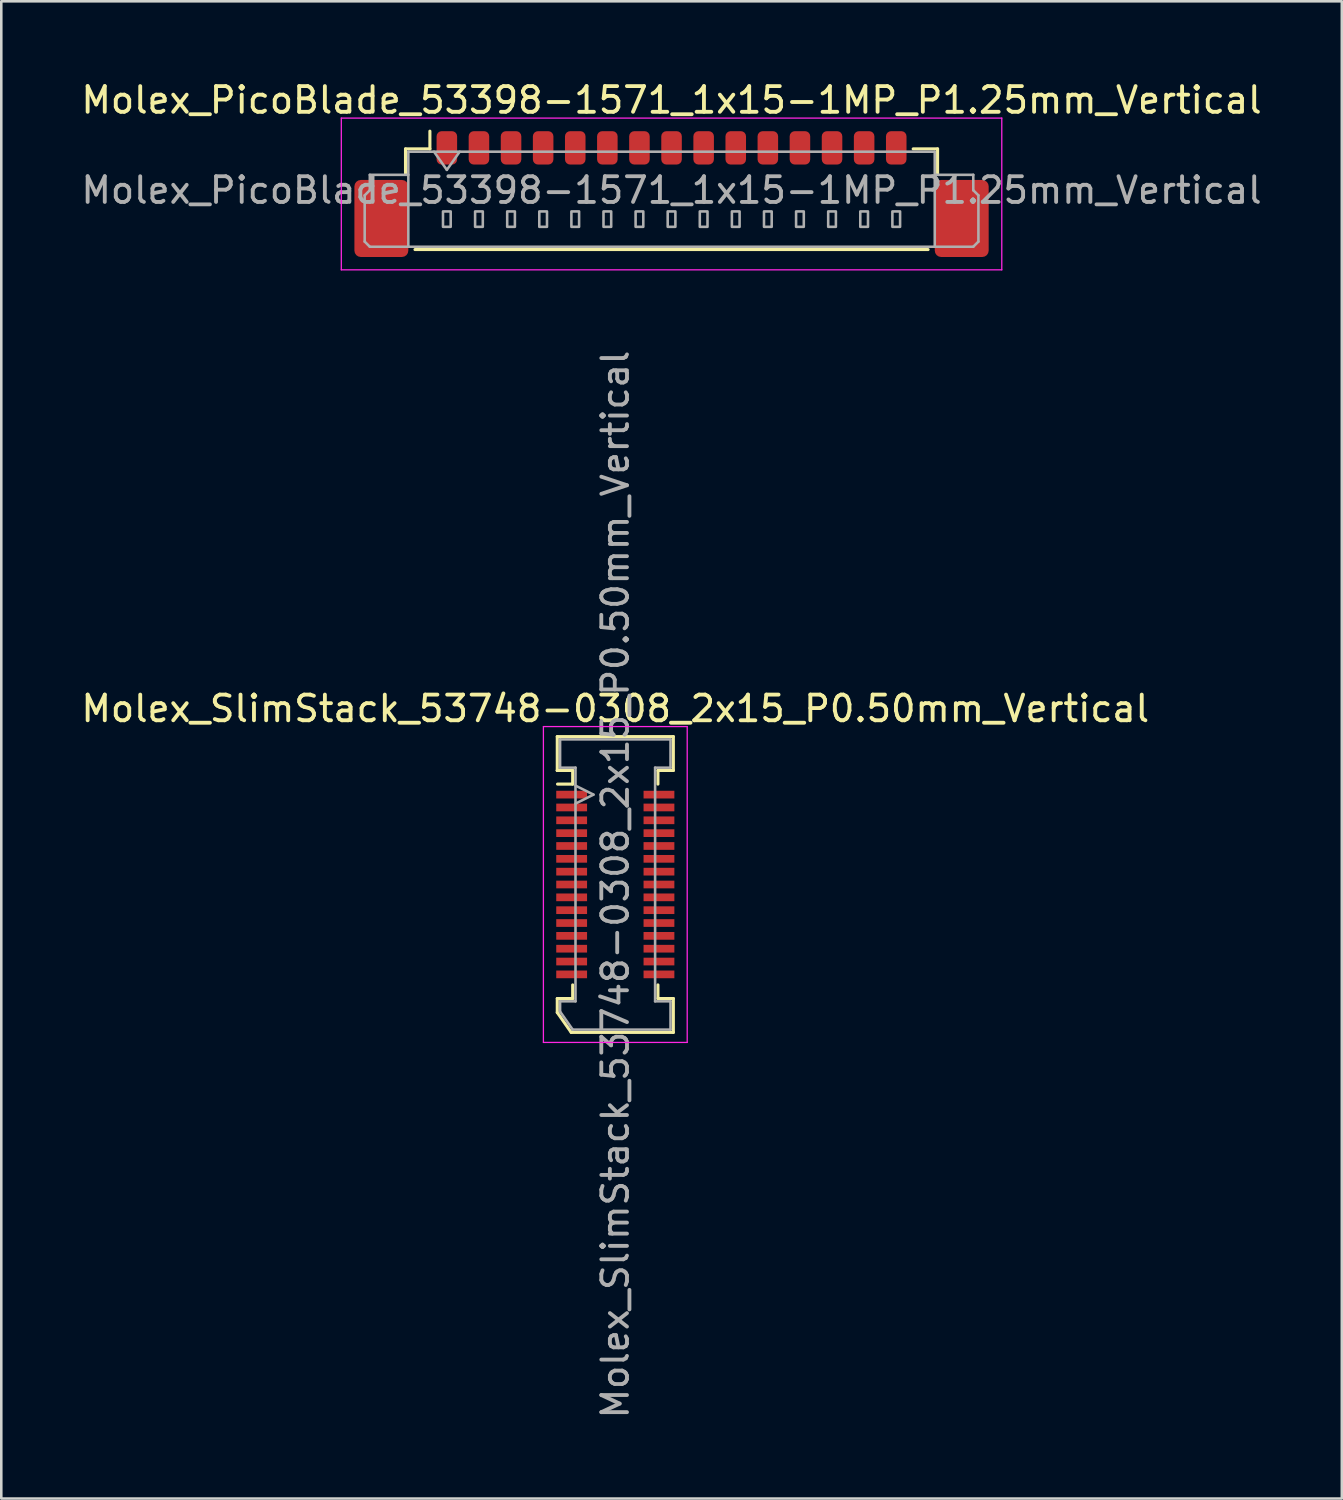
<source format=kicad_pcb>
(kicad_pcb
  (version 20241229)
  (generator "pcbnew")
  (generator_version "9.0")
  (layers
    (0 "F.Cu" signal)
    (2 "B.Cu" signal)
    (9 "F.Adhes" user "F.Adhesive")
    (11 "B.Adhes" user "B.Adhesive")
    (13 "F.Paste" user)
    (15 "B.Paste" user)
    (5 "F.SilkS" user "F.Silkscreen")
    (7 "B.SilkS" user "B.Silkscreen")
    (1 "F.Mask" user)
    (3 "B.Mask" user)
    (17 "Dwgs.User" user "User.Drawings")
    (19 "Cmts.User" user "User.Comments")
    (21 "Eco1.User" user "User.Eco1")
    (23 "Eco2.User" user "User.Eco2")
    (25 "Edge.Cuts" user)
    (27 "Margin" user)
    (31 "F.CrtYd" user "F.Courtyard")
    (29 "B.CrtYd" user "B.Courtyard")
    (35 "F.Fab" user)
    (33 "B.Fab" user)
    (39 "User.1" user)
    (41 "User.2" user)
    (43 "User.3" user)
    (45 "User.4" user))
  (footprint "Molex_PicoBlade_53398-1571_1x15-1MP_P1.25mm_Vertical"
    (layer "F.Cu")
    (at 23.101 3.958)
    (property "Reference" "Molex_PicoBlade_53398-1571_1x15-1MP_P1.25mm_Vertical" (at 0 -3.11 0) (layer "F.SilkS") (effects (font (size 1 1) (thickness 0.15))))
    (attr smd)
    (fp_line (start -10.36 -1.21) (end -9.41 -1.21) (stroke (width 0.12) (type solid)) (layer "F.SilkS"))
    (fp_line (start -10.36 -0.26) (end -10.36 -1.21) (stroke (width 0.12) (type solid)) (layer "F.SilkS"))
    (fp_line (start -9.99 2.71) (end 9.99 2.71) (stroke (width 0.12) (type solid)) (layer "F.SilkS"))
    (fp_line (start -9.41 -1.21) (end -9.41 -1.9) (stroke (width 0.12) (type solid)) (layer "F.SilkS"))
    (fp_line (start 10.36 -1.21) (end 9.41 -1.21) (stroke (width 0.12) (type solid)) (layer "F.SilkS"))
    (fp_line (start 10.36 -0.26) (end 10.36 -1.21) (stroke (width 0.12) (type solid)) (layer "F.SilkS"))
    (fp_line (start -12.86 -2.41) (end -12.86 3.5) (stroke (width 0.05) (type solid)) (layer "F.CrtYd"))
    (fp_line (start -12.86 3.5) (end 12.86 3.5) (stroke (width 0.05) (type solid)) (layer "F.CrtYd"))
    (fp_line (start 12.86 -2.41) (end -12.86 -2.41) (stroke (width 0.05) (type solid)) (layer "F.CrtYd"))
    (fp_line (start 12.86 3.5) (end 12.86 -2.41) (stroke (width 0.05) (type solid)) (layer "F.CrtYd"))
    (fp_line (start -11.95 0.6) (end -11.75 0.4) (stroke (width 0.1) (type solid)) (layer "F.Fab"))
    (fp_line (start -11.95 2.4) (end -11.95 0.6) (stroke (width 0.1) (type solid)) (layer "F.Fab"))
    (fp_line (start -11.75 -0.2) (end -10.25 -0.2) (stroke (width 0.1) (type solid)) (layer "F.Fab"))
    (fp_line (start -11.75 0.4) (end -11.75 -0.2) (stroke (width 0.1) (type solid)) (layer "F.Fab"))
    (fp_line (start -11.75 2.6) (end -11.95 2.4) (stroke (width 0.1) (type solid)) (layer "F.Fab"))
    (fp_line (start -10.25 -1.1) (end -10.25 2.6) (stroke (width 0.1) (type solid)) (layer "F.Fab"))
    (fp_line (start -10.25 -1.1) (end 10.25 -1.1) (stroke (width 0.1) (type solid)) (layer "F.Fab"))
    (fp_line (start -10.25 2.6) (end -11.75 2.6) (stroke (width 0.1) (type solid)) (layer "F.Fab"))
    (fp_line (start -10.25 2.6) (end 10.25 2.6) (stroke (width 0.1) (type solid)) (layer "F.Fab"))
    (fp_line (start -9.25 -1.1) (end -8.75 -0.393) (stroke (width 0.1) (type solid)) (layer "F.Fab"))
    (fp_line (start -8.75 -0.393) (end -8.25 -1.1) (stroke (width 0.1) (type solid)) (layer "F.Fab"))
    (fp_line (start 10.25 -1.1) (end 10.25 2.6) (stroke (width 0.1) (type solid)) (layer "F.Fab"))
    (fp_line (start 10.25 2.6) (end 11.75 2.6) (stroke (width 0.1) (type solid)) (layer "F.Fab"))
    (fp_line (start 11.75 -0.2) (end 10.25 -0.2) (stroke (width 0.1) (type solid)) (layer "F.Fab"))
    (fp_line (start 11.75 0.4) (end 11.75 -0.2) (stroke (width 0.1) (type solid)) (layer "F.Fab"))
    (fp_line (start 11.75 2.6) (end 11.95 2.4) (stroke (width 0.1) (type solid)) (layer "F.Fab"))
    (fp_line (start 11.95 0.6) (end 11.75 0.4) (stroke (width 0.1) (type solid)) (layer "F.Fab"))
    (fp_line (start 11.95 2.4) (end 11.95 0.6) (stroke (width 0.1) (type solid)) (layer "F.Fab"))
    (fp_rect (start -8.9 1.225) (end -8.6 1.825) (stroke (width 0.1) (type solid)) (fill no) (layer "F.Fab"))
    (fp_rect (start -7.65 1.225) (end -7.35 1.825) (stroke (width 0.1) (type solid)) (fill no) (layer "F.Fab"))
    (fp_rect (start -6.4 1.225) (end -6.1 1.825) (stroke (width 0.1) (type solid)) (fill no) (layer "F.Fab"))
    (fp_rect (start -5.15 1.225) (end -4.85 1.825) (stroke (width 0.1) (type solid)) (fill no) (layer "F.Fab"))
    (fp_rect (start -3.9 1.225) (end -3.6 1.825) (stroke (width 0.1) (type solid)) (fill no) (layer "F.Fab"))
    (fp_rect (start -2.65 1.225) (end -2.35 1.825) (stroke (width 0.1) (type solid)) (fill no) (layer "F.Fab"))
    (fp_rect (start -1.4 1.225) (end -1.1 1.825) (stroke (width 0.1) (type solid)) (fill no) (layer "F.Fab"))
    (fp_rect (start -0.15 1.225) (end 0.15 1.825) (stroke (width 0.1) (type solid)) (fill no) (layer "F.Fab"))
    (fp_rect (start 1.1 1.225) (end 1.4 1.825) (stroke (width 0.1) (type solid)) (fill no) (layer "F.Fab"))
    (fp_rect (start 2.35 1.225) (end 2.65 1.825) (stroke (width 0.1) (type solid)) (fill no) (layer "F.Fab"))
    (fp_rect (start 3.6 1.225) (end 3.9 1.825) (stroke (width 0.1) (type solid)) (fill no) (layer "F.Fab"))
    (fp_rect (start 4.85 1.225) (end 5.15 1.825) (stroke (width 0.1) (type solid)) (fill no) (layer "F.Fab"))
    (fp_rect (start 6.1 1.225) (end 6.4 1.825) (stroke (width 0.1) (type solid)) (fill no) (layer "F.Fab"))
    (fp_rect (start 7.35 1.225) (end 7.65 1.825) (stroke (width 0.1) (type solid)) (fill no) (layer "F.Fab"))
    (fp_rect (start 8.6 1.225) (end 8.9 1.825) (stroke (width 0.1) (type solid)) (fill no) (layer "F.Fab"))
    (fp_text user "${REFERENCE}" (at 0 0.4 0) (layer "F.Fab") (effects (font (size 1 1) (thickness 0.15))))
    (pad "1" smd roundrect (at -8.75 -1.25) (size 0.8 1.3) (layers "F.Cu" "F.Mask" "F.Paste") (roundrect_rratio 0.25))
    (pad "2" smd roundrect (at -7.5 -1.25) (size 0.8 1.3) (layers "F.Cu" "F.Mask" "F.Paste") (roundrect_rratio 0.25))
    (pad "3" smd roundrect (at -6.25 -1.25) (size 0.8 1.3) (layers "F.Cu" "F.Mask" "F.Paste") (roundrect_rratio 0.25))
    (pad "4" smd roundrect (at -5 -1.25) (size 0.8 1.3) (layers "F.Cu" "F.Mask" "F.Paste") (roundrect_rratio 0.25))
    (pad "5" smd roundrect (at -3.75 -1.25) (size 0.8 1.3) (layers "F.Cu" "F.Mask" "F.Paste") (roundrect_rratio 0.25))
    (pad "6" smd roundrect (at -2.5 -1.25) (size 0.8 1.3) (layers "F.Cu" "F.Mask" "F.Paste") (roundrect_rratio 0.25))
    (pad "7" smd roundrect (at -1.25 -1.25) (size 0.8 1.3) (layers "F.Cu" "F.Mask" "F.Paste") (roundrect_rratio 0.25))
    (pad "8" smd roundrect (at 0 -1.25) (size 0.8 1.3) (layers "F.Cu" "F.Mask" "F.Paste") (roundrect_rratio 0.25))
    (pad "9" smd roundrect (at 1.25 -1.25) (size 0.8 1.3) (layers "F.Cu" "F.Mask" "F.Paste") (roundrect_rratio 0.25))
    (pad "10" smd roundrect (at 2.5 -1.25) (size 0.8 1.3) (layers "F.Cu" "F.Mask" "F.Paste") (roundrect_rratio 0.25))
    (pad "11" smd roundrect (at 3.75 -1.25) (size 0.8 1.3) (layers "F.Cu" "F.Mask" "F.Paste") (roundrect_rratio 0.25))
    (pad "12" smd roundrect (at 5 -1.25) (size 0.8 1.3) (layers "F.Cu" "F.Mask" "F.Paste") (roundrect_rratio 0.25))
    (pad "13" smd roundrect (at 6.25 -1.25) (size 0.8 1.3) (layers "F.Cu" "F.Mask" "F.Paste") (roundrect_rratio 0.25))
    (pad "14" smd roundrect (at 7.5 -1.25) (size 0.8 1.3) (layers "F.Cu" "F.Mask" "F.Paste") (roundrect_rratio 0.25))
    (pad "15" smd roundrect (at 8.75 -1.25) (size 0.8 1.3) (layers "F.Cu" "F.Mask" "F.Paste") (roundrect_rratio 0.25))
    (pad "MP" smd roundrect (at -11.3 1.5) (size 2.1 3) (layers "F.Cu" "F.Mask" "F.Paste") (roundrect_rratio 0.119))
    (pad "MP" smd roundrect (at 11.3 1.5) (size 2.1 3) (layers "F.Cu" "F.Mask" "F.Paste") (roundrect_rratio 0.119)))
  (footprint "Molex_SlimStack_53748-0308_2x15_P0.50mm_Vertical"
    (layer "F.Cu")
    (at 20.911 31.394)
    (property "Reference" "Molex_SlimStack_53748-0308_2x15_P0.50mm_Vertical" (at 0 -6.85 0) (layer "F.SilkS") (effects (font (size 1 1) (thickness 0.15))))
    (attr smd)
    (fp_line (start -2.26 -5.76) (end -2.26 -4.44) (stroke (width 0.12) (type solid)) (layer "F.SilkS"))
    (fp_line (start -2.26 -4.44) (end -2.26 -4.44) (stroke (width 0.12) (type solid)) (layer "F.SilkS"))
    (fp_line (start -2.26 -4.44) (end -1.66 -4.44) (stroke (width 0.12) (type solid)) (layer "F.SilkS"))
    (fp_line (start -2.26 4.44) (end -1.66 4.44) (stroke (width 0.12) (type solid)) (layer "F.SilkS"))
    (fp_line (start -2.26 4.985) (end -2.26 4.44) (stroke (width 0.12) (type solid)) (layer "F.SilkS"))
    (fp_line (start -1.717 5.76) (end -2.26 4.985) (stroke (width 0.12) (type solid)) (layer "F.SilkS"))
    (fp_line (start -1.66 -4.44) (end -1.66 -3.91) (stroke (width 0.12) (type solid)) (layer "F.SilkS"))
    (fp_line (start -1.66 -3.91) (end -2.25 -3.91) (stroke (width 0.12) (type solid)) (layer "F.SilkS"))
    (fp_line (start -1.66 4.44) (end -1.66 3.91) (stroke (width 0.12) (type solid)) (layer "F.SilkS"))
    (fp_line (start 1.66 -4.44) (end 2.26 -4.44) (stroke (width 0.12) (type solid)) (layer "F.SilkS"))
    (fp_line (start 1.66 -3.91) (end 1.66 -4.44) (stroke (width 0.12) (type solid)) (layer "F.SilkS"))
    (fp_line (start 1.66 3.91) (end 1.66 4.44) (stroke (width 0.12) (type solid)) (layer "F.SilkS"))
    (fp_line (start 1.66 4.44) (end 2.26 4.44) (stroke (width 0.12) (type solid)) (layer "F.SilkS"))
    (fp_line (start 2.26 -5.76) (end -2.26 -5.76) (stroke (width 0.12) (type solid)) (layer "F.SilkS"))
    (fp_line (start 2.26 -4.44) (end 2.26 -5.76) (stroke (width 0.12) (type solid)) (layer "F.SilkS"))
    (fp_line (start 2.26 4.44) (end 2.26 5.76) (stroke (width 0.12) (type solid)) (layer "F.SilkS"))
    (fp_line (start 2.26 5.76) (end -1.717 5.76) (stroke (width 0.12) (type solid)) (layer "F.SilkS"))
    (fp_line (start -2.8 -6.15) (end -2.8 6.15) (stroke (width 0.05) (type solid)) (layer "F.CrtYd"))
    (fp_line (start -2.8 6.15) (end 2.8 6.15) (stroke (width 0.05) (type solid)) (layer "F.CrtYd"))
    (fp_line (start 2.8 -6.15) (end -2.8 -6.15) (stroke (width 0.05) (type solid)) (layer "F.CrtYd"))
    (fp_line (start 2.8 6.15) (end 2.8 -6.15) (stroke (width 0.05) (type solid)) (layer "F.CrtYd"))
    (fp_line (start -2.15 -5.65) (end -2.15 -4.55) (stroke (width 0.1) (type solid)) (layer "F.Fab"))
    (fp_line (start -2.15 -4.55) (end -1.55 -4.55) (stroke (width 0.1) (type solid)) (layer "F.Fab"))
    (fp_line (start -2.15 4.55) (end -2.15 4.95) (stroke (width 0.1) (type solid)) (layer "F.Fab"))
    (fp_line (start -2.15 4.95) (end -1.66 5.65) (stroke (width 0.1) (type solid)) (layer "F.Fab"))
    (fp_line (start -1.66 5.65) (end 2.15 5.65) (stroke (width 0.1) (type solid)) (layer "F.Fab"))
    (fp_line (start -1.55 -4.55) (end -1.55 4.55) (stroke (width 0.1) (type solid)) (layer "F.Fab"))
    (fp_line (start -1.55 4.55) (end -2.15 4.55) (stroke (width 0.1) (type solid)) (layer "F.Fab"))
    (fp_line (start -0.85 -3.5) (end -1.55 -3.85) (stroke (width 0.1) (type solid)) (layer "F.Fab"))
    (fp_line (start -0.85 -3.5) (end -1.55 -3.15) (stroke (width 0.1) (type solid)) (layer "F.Fab"))
    (fp_line (start 1.55 -4.55) (end 2.15 -4.55) (stroke (width 0.1) (type solid)) (layer "F.Fab"))
    (fp_line (start 1.55 4.55) (end 1.55 -4.55) (stroke (width 0.1) (type solid)) (layer "F.Fab"))
    (fp_line (start 2.15 -5.65) (end -2.15 -5.65) (stroke (width 0.1) (type solid)) (layer "F.Fab"))
    (fp_line (start 2.15 -4.55) (end 2.15 -5.65) (stroke (width 0.1) (type solid)) (layer "F.Fab"))
    (fp_line (start 2.15 4.55) (end 1.55 4.55) (stroke (width 0.1) (type solid)) (layer "F.Fab"))
    (fp_line (start 2.15 5.65) (end 2.15 4.55) (stroke (width 0.1) (type solid)) (layer "F.Fab"))
    (fp_text user "${REFERENCE}" (at 0 0 90) (layer "F.Fab") (effects (font (size 1 1) (thickness 0.15))))
    (pad "1" smd rect (at -1.7 -3.5) (size 1.2 0.3) (layers "F.Cu" "F.Mask" "F.Paste"))
    (pad "2" smd rect (at 1.7 -3.5) (size 1.2 0.3) (layers "F.Cu" "F.Mask" "F.Paste"))
    (pad "3" smd rect (at -1.7 -3) (size 1.2 0.3) (layers "F.Cu" "F.Mask" "F.Paste"))
    (pad "4" smd rect (at 1.7 -3) (size 1.2 0.3) (layers "F.Cu" "F.Mask" "F.Paste"))
    (pad "5" smd rect (at -1.7 -2.5) (size 1.2 0.3) (layers "F.Cu" "F.Mask" "F.Paste"))
    (pad "6" smd rect (at 1.7 -2.5) (size 1.2 0.3) (layers "F.Cu" "F.Mask" "F.Paste"))
    (pad "7" smd rect (at -1.7 -2) (size 1.2 0.3) (layers "F.Cu" "F.Mask" "F.Paste"))
    (pad "8" smd rect (at 1.7 -2) (size 1.2 0.3) (layers "F.Cu" "F.Mask" "F.Paste"))
    (pad "9" smd rect (at -1.7 -1.5) (size 1.2 0.3) (layers "F.Cu" "F.Mask" "F.Paste"))
    (pad "10" smd rect (at 1.7 -1.5) (size 1.2 0.3) (layers "F.Cu" "F.Mask" "F.Paste"))
    (pad "11" smd rect (at -1.7 -1) (size 1.2 0.3) (layers "F.Cu" "F.Mask" "F.Paste"))
    (pad "12" smd rect (at 1.7 -1) (size 1.2 0.3) (layers "F.Cu" "F.Mask" "F.Paste"))
    (pad "13" smd rect (at -1.7 -0.5) (size 1.2 0.3) (layers "F.Cu" "F.Mask" "F.Paste"))
    (pad "14" smd rect (at 1.7 -0.5) (size 1.2 0.3) (layers "F.Cu" "F.Mask" "F.Paste"))
    (pad "15" smd rect (at -1.7 0) (size 1.2 0.3) (layers "F.Cu" "F.Mask" "F.Paste"))
    (pad "16" smd rect (at 1.7 0) (size 1.2 0.3) (layers "F.Cu" "F.Mask" "F.Paste"))
    (pad "17" smd rect (at -1.7 0.5) (size 1.2 0.3) (layers "F.Cu" "F.Mask" "F.Paste"))
    (pad "18" smd rect (at 1.7 0.5) (size 1.2 0.3) (layers "F.Cu" "F.Mask" "F.Paste"))
    (pad "19" smd rect (at -1.7 1) (size 1.2 0.3) (layers "F.Cu" "F.Mask" "F.Paste"))
    (pad "20" smd rect (at 1.7 1) (size 1.2 0.3) (layers "F.Cu" "F.Mask" "F.Paste"))
    (pad "21" smd rect (at -1.7 1.5) (size 1.2 0.3) (layers "F.Cu" "F.Mask" "F.Paste"))
    (pad "22" smd rect (at 1.7 1.5) (size 1.2 0.3) (layers "F.Cu" "F.Mask" "F.Paste"))
    (pad "23" smd rect (at -1.7 2) (size 1.2 0.3) (layers "F.Cu" "F.Mask" "F.Paste"))
    (pad "24" smd rect (at 1.7 2) (size 1.2 0.3) (layers "F.Cu" "F.Mask" "F.Paste"))
    (pad "25" smd rect (at -1.7 2.5) (size 1.2 0.3) (layers "F.Cu" "F.Mask" "F.Paste"))
    (pad "26" smd rect (at 1.7 2.5) (size 1.2 0.3) (layers "F.Cu" "F.Mask" "F.Paste"))
    (pad "27" smd rect (at -1.7 3) (size 1.2 0.3) (layers "F.Cu" "F.Mask" "F.Paste"))
    (pad "28" smd rect (at 1.7 3) (size 1.2 0.3) (layers "F.Cu" "F.Mask" "F.Paste"))
    (pad "29" smd rect (at -1.7 3.5) (size 1.2 0.3) (layers "F.Cu" "F.Mask" "F.Paste"))
    (pad "30" smd rect (at 1.7 3.5) (size 1.2 0.3) (layers "F.Cu" "F.Mask" "F.Paste")))
  (gr_rect
    (start -3 -3)
    (end 49.202 55.305)
    (stroke (width 0.1) (type default))
    (fill no)
    (layer "Edge.Cuts")))
</source>
